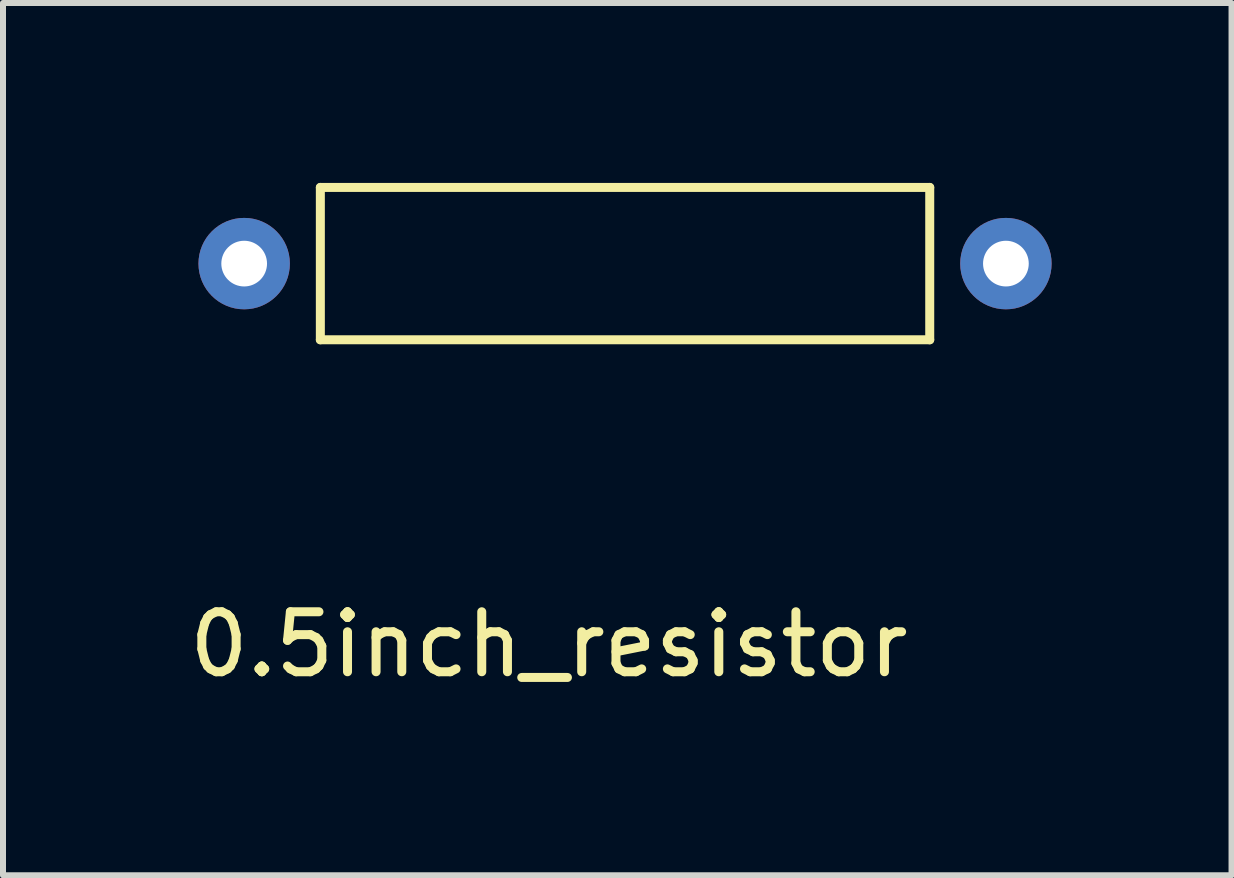
<source format=kicad_pcb>
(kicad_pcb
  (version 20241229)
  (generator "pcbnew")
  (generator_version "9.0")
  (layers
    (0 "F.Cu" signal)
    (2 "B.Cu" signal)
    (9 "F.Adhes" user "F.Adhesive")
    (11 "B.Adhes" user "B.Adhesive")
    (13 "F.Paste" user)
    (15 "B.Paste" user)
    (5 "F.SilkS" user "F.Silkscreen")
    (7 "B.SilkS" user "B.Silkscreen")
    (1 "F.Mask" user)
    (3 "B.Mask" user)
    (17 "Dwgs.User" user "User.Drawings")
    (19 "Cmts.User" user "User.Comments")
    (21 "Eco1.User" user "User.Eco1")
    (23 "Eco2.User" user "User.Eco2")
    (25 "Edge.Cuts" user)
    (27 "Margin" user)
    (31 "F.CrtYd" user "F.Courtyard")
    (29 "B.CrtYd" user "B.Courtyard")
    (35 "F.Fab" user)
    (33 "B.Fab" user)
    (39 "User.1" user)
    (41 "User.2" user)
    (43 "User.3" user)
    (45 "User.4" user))
  (footprint "0.5inch_resistor"
    (layer "F.Cu")
    (at 6.101 1.345)
    (property "Reference" "0.5inch_resistor" (at 0 6.35 0) (layer "F.SilkS") (effects (font (size 1 1) (thickness 0.15))))
    (attr through_hole)
    (fp_line (start -3.81 -1.27) (end 6.35 -1.27) (stroke (width 0.15) (type solid)) (layer "F.SilkS"))
    (fp_line (start -3.81 1.27) (end -3.81 -1.27) (stroke (width 0.15) (type solid)) (layer "F.SilkS"))
    (fp_line (start 6.35 -1.27) (end 6.35 1.27) (stroke (width 0.15) (type solid)) (layer "F.SilkS"))
    (fp_line (start 6.35 1.27) (end -3.81 1.27) (stroke (width 0.15) (type solid)) (layer "F.SilkS"))
    (pad "1" thru_hole circle (at -5.08 0) (size 1.524 1.524) (drill 0.762) (layers "*.Cu" "*.Mask"))
    (pad "2" thru_hole circle (at 7.62 0) (size 1.524 1.524) (drill 0.762) (layers "*.Cu" "*.Mask")))
  (gr_rect
    (start -3 -3)
    (end 17.483 11.543)
    (stroke (width 0.1) (type default))
    (fill no)
    (layer "Edge.Cuts")))
</source>
